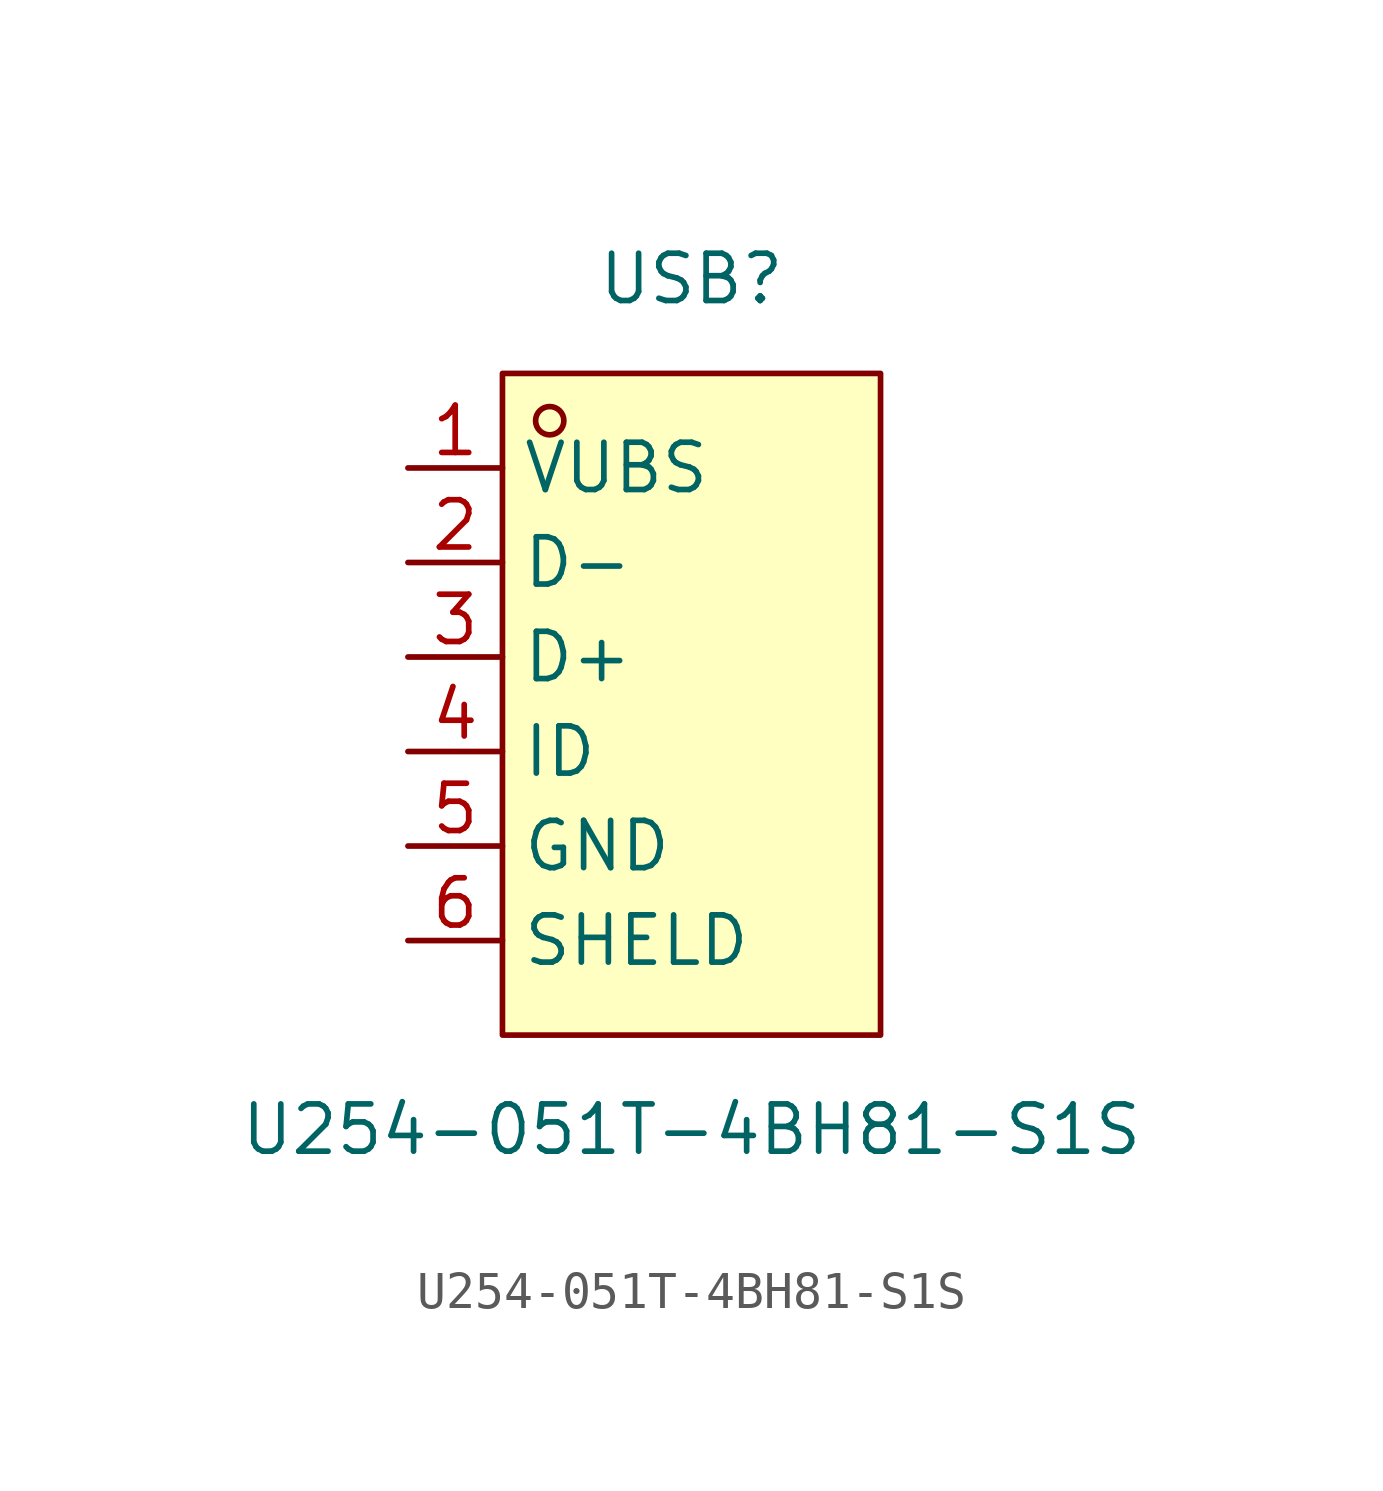
<source format=kicad_sym>
(kicad_symbol_lib
  (version 20211014)
  (generator https://github.com/uPesy/easyeda2kicad.py)
  (symbol "U254-051T-4BH81-S1S"
    (property "Reference" "USB"
      (at 0 11.43 0)
      (effects (font (size 1.27 1.27))))
    (property "Value" "U254-051T-4BH81-S1S"
      (at 0 -11.43 0)
      (effects (font (size 1.27 1.27))))
    (symbol "U254-051T-4BH81-S1S_0_1"
      (rectangle (start -5.08 8.89) (end 5.08 -8.89) (stroke (width 0) (type default) (color 0 0 0 0)) (fill (type background)))
      (circle (center -3.81 7.62) (radius 0.38) (stroke (width 0) (type default) (color 0 0 0 0)) (fill (type none)))
      (pin unspecified line (at -7.62 6.35 0) (length 2.54) (name "VUBS" (effects (font (size 1.27 1.27)))) (number "1" (effects (font (size 1.27 1.27)))))
      (pin unspecified line (at -7.62 3.81 0) (length 2.54) (name "D-" (effects (font (size 1.27 1.27)))) (number "2" (effects (font (size 1.27 1.27)))))
      (pin unspecified line (at -7.62 1.27 0) (length 2.54) (name "D+" (effects (font (size 1.27 1.27)))) (number "3" (effects (font (size 1.27 1.27)))))
      (pin unspecified line (at -7.62 -1.27 0) (length 2.54) (name "ID" (effects (font (size 1.27 1.27)))) (number "4" (effects (font (size 1.27 1.27)))))
      (pin unspecified line (at -7.62 -3.81 0) (length 2.54) (name "GND" (effects (font (size 1.27 1.27)))) (number "5" (effects (font (size 1.27 1.27)))))
      (pin unspecified line (at -7.62 -6.35 0) (length 2.54) (name "SHELD" (effects (font (size 1.27 1.27)))) (number "6" (effects (font (size 1.27 1.27))))))))
</source>
